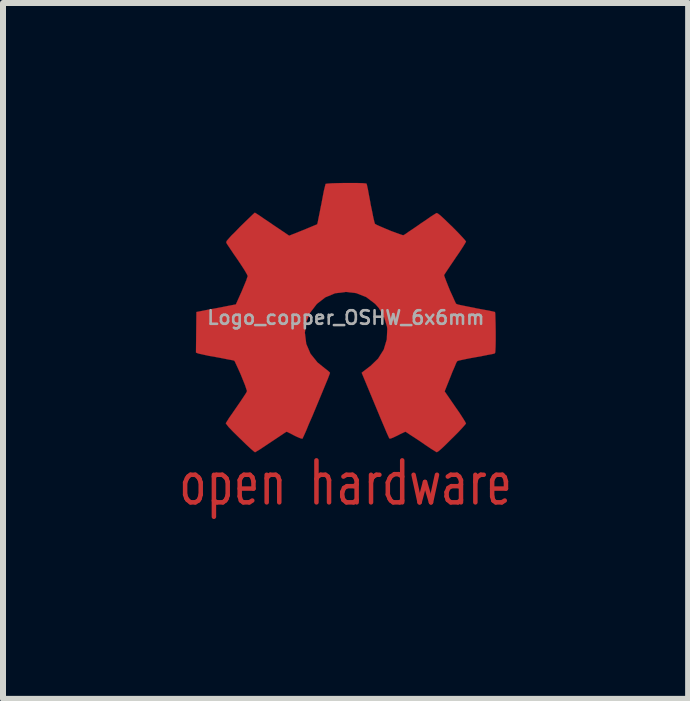
<source format=kicad_pcb>
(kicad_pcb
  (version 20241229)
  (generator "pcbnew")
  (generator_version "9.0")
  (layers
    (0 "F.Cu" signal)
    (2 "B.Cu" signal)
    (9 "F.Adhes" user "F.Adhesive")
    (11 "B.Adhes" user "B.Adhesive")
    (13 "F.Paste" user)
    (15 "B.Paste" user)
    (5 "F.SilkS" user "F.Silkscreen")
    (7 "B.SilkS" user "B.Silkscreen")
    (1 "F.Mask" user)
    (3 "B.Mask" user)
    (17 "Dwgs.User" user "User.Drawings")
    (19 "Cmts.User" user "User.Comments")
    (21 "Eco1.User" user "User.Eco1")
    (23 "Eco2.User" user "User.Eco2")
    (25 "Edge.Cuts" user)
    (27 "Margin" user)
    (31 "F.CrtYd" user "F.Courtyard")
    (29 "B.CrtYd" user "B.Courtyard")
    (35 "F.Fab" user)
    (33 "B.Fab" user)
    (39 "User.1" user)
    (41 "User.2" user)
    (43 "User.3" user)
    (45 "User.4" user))
  (footprint "Logo_copper_OSHW_6x6mm"
    (layer "F.Cu")
    (at 2.717 2.247)
    (property "Reference" "Logo_copper_OSHW_6x6mm" (at 0 0 0) (layer "F.Fab") (effects (font (size 0.226 0.226) (thickness 0.043))))
    (attr through_hole)
    (fp_line (start -2.68 2.75) (end -2.68 2.95) (stroke (width 0.075) (type solid)) (layer "F.Cu"))
    (fp_line (start -2.68 2.95) (end -2.66 3.01) (stroke (width 0.075) (type solid)) (layer "F.Cu"))
    (fp_line (start -2.66 3.01) (end -2.64 3.04) (stroke (width 0.075) (type solid)) (layer "F.Cu"))
    (fp_line (start -2.65 2.68) (end -2.68 2.75) (stroke (width 0.075) (type solid)) (layer "F.Cu"))
    (fp_line (start -2.64 3.04) (end -2.59 3.08) (stroke (width 0.075) (type solid)) (layer "F.Cu"))
    (fp_line (start -2.63 2.65) (end -2.65 2.68) (stroke (width 0.075) (type solid)) (layer "F.Cu"))
    (fp_line (start -2.59 2.62) (end -2.63 2.65) (stroke (width 0.075) (type solid)) (layer "F.Cu"))
    (fp_line (start -2.59 3.08) (end -2.51 3.08) (stroke (width 0.075) (type solid)) (layer "F.Cu"))
    (fp_line (start -2.51 2.62) (end -2.59 2.62) (stroke (width 0.075) (type solid)) (layer "F.Cu"))
    (fp_line (start -2.51 3.08) (end -2.46 3.05) (stroke (width 0.075) (type solid)) (layer "F.Cu"))
    (fp_line (start -2.46 2.66) (end -2.51 2.62) (stroke (width 0.075) (type solid)) (layer "F.Cu"))
    (fp_line (start -2.46 3.05) (end -2.44 3.02) (stroke (width 0.075) (type solid)) (layer "F.Cu"))
    (fp_line (start -2.44 2.69) (end -2.46 2.66) (stroke (width 0.075) (type solid)) (layer "F.Cu"))
    (fp_line (start -2.44 3.02) (end -2.42 2.95) (stroke (width 0.075) (type solid)) (layer "F.Cu"))
    (fp_line (start -2.42 2.75) (end -2.44 2.69) (stroke (width 0.075) (type solid)) (layer "F.Cu"))
    (fp_line (start -2.42 2.95) (end -2.42 2.75) (stroke (width 0.075) (type solid)) (layer "F.Cu"))
    (fp_line (start -2.2 2.65) (end -2.16 2.62) (stroke (width 0.075) (type solid)) (layer "F.Cu"))
    (fp_line (start -2.2 3.32) (end -2.2 2.62) (stroke (width 0.075) (type solid)) (layer "F.Cu"))
    (fp_line (start -2.16 2.62) (end -2.06 2.62) (stroke (width 0.075) (type solid)) (layer "F.Cu"))
    (fp_line (start -2.15 3.08) (end -2.2 3.05) (stroke (width 0.075) (type solid)) (layer "F.Cu"))
    (fp_line (start -2.06 2.62) (end -2.02 2.65) (stroke (width 0.075) (type solid)) (layer "F.Cu"))
    (fp_line (start -2.05 3.08) (end -2.15 3.08) (stroke (width 0.075) (type solid)) (layer "F.Cu"))
    (fp_line (start -2.02 2.65) (end -1.99 2.68) (stroke (width 0.075) (type solid)) (layer "F.Cu"))
    (fp_line (start -2.01 3.05) (end -2.05 3.08) (stroke (width 0.075) (type solid)) (layer "F.Cu"))
    (fp_line (start -1.99 2.68) (end -1.97 2.74) (stroke (width 0.075) (type solid)) (layer "F.Cu"))
    (fp_line (start -1.99 3.02) (end -2.01 3.05) (stroke (width 0.075) (type solid)) (layer "F.Cu"))
    (fp_line (start -1.97 2.74) (end -1.97 2.96) (stroke (width 0.075) (type solid)) (layer "F.Cu"))
    (fp_line (start -1.97 2.96) (end -1.99 3.02) (stroke (width 0.075) (type solid)) (layer "F.Cu"))
    (fp_line (start -1.77 2.71) (end -1.77 2.98) (stroke (width 0.075) (type solid)) (layer "F.Cu"))
    (fp_line (start -1.77 2.98) (end -1.75 3.05) (stroke (width 0.075) (type solid)) (layer "F.Cu"))
    (fp_line (start -1.75 3.05) (end -1.71 3.08) (stroke (width 0.075) (type solid)) (layer "F.Cu"))
    (fp_line (start -1.74 2.65) (end -1.77 2.71) (stroke (width 0.075) (type solid)) (layer "F.Cu"))
    (fp_line (start -1.71 3.08) (end -1.61 3.08) (stroke (width 0.075) (type solid)) (layer "F.Cu"))
    (fp_line (start -1.7 2.62) (end -1.74 2.65) (stroke (width 0.075) (type solid)) (layer "F.Cu"))
    (fp_line (start -1.61 3.08) (end -1.56 3.05) (stroke (width 0.075) (type solid)) (layer "F.Cu"))
    (fp_line (start -1.6 2.62) (end -1.7 2.62) (stroke (width 0.075) (type solid)) (layer "F.Cu"))
    (fp_line (start -1.56 2.66) (end -1.6 2.62) (stroke (width 0.075) (type solid)) (layer "F.Cu"))
    (fp_line (start -1.54 2.73) (end -1.56 2.66) (stroke (width 0.075) (type solid)) (layer "F.Cu"))
    (fp_line (start -1.54 2.85) (end -1.77 2.85) (stroke (width 0.075) (type solid)) (layer "F.Cu"))
    (fp_line (start -1.54 2.85) (end -1.54 2.73) (stroke (width 0.075) (type solid)) (layer "F.Cu"))
    (fp_line (start -1.32 2.62) (end -1.32 3.08) (stroke (width 0.075) (type solid)) (layer "F.Cu"))
    (fp_line (start -1.32 2.68) (end -1.3 2.65) (stroke (width 0.075) (type solid)) (layer "F.Cu"))
    (fp_line (start -1.3 2.65) (end -1.26 2.62) (stroke (width 0.075) (type solid)) (layer "F.Cu"))
    (fp_line (start -1.26 2.62) (end -1.17 2.62) (stroke (width 0.075) (type solid)) (layer "F.Cu"))
    (fp_line (start -1.17 2.62) (end -1.13 2.65) (stroke (width 0.075) (type solid)) (layer "F.Cu"))
    (fp_line (start -1.13 2.65) (end -1.11 2.71) (stroke (width 0.075) (type solid)) (layer "F.Cu"))
    (fp_line (start -1.11 2.71) (end -1.11 3.08) (stroke (width 0.075) (type solid)) (layer "F.Cu"))
    (fp_line (start -0.49 2.38) (end -0.49 3.08) (stroke (width 0.075) (type solid)) (layer "F.Cu"))
    (fp_line (start -0.49 2.69) (end -0.47 2.65) (stroke (width 0.075) (type solid)) (layer "F.Cu"))
    (fp_line (start -0.47 2.65) (end -0.42 2.62) (stroke (width 0.075) (type solid)) (layer "F.Cu"))
    (fp_line (start -0.42 2.62) (end -0.34 2.62) (stroke (width 0.075) (type solid)) (layer "F.Cu"))
    (fp_line (start -0.34 2.62) (end -0.3 2.65) (stroke (width 0.075) (type solid)) (layer "F.Cu"))
    (fp_line (start -0.3 2.65) (end -0.28 2.71) (stroke (width 0.075) (type solid)) (layer "F.Cu"))
    (fp_line (start -0.28 2.71) (end -0.28 3.08) (stroke (width 0.075) (type solid)) (layer "F.Cu"))
    (fp_line (start -0.06 2.91) (end -0.06 2.98) (stroke (width 0.075) (type solid)) (layer "F.Cu"))
    (fp_line (start -0.06 2.98) (end -0.04 3.04) (stroke (width 0.075) (type solid)) (layer "F.Cu"))
    (fp_line (start -0.04 2.65) (end 0.01 2.62) (stroke (width 0.075) (type solid)) (layer "F.Cu"))
    (fp_line (start -0.04 3.04) (end 0.01 3.08) (stroke (width 0.075) (type solid)) (layer "F.Cu"))
    (fp_line (start -0.03 2.84) (end -0.06 2.91) (stroke (width 0.075) (type solid)) (layer "F.Cu"))
    (fp_line (start 0.01 2.62) (end 0.11 2.62) (stroke (width 0.075) (type solid)) (layer "F.Cu"))
    (fp_line (start 0.01 3.08) (end 0.13 3.08) (stroke (width 0.075) (type solid)) (layer "F.Cu"))
    (fp_line (start 0.02 2.81) (end -0.03 2.84) (stroke (width 0.075) (type solid)) (layer "F.Cu"))
    (fp_line (start 0.11 2.62) (end 0.15 2.65) (stroke (width 0.075) (type solid)) (layer "F.Cu"))
    (fp_line (start 0.13 3.08) (end 0.18 3.04) (stroke (width 0.075) (type solid)) (layer "F.Cu"))
    (fp_line (start 0.14 2.81) (end 0.02 2.81) (stroke (width 0.075) (type solid)) (layer "F.Cu"))
    (fp_line (start 0.15 2.65) (end 0.18 2.71) (stroke (width 0.075) (type solid)) (layer "F.Cu"))
    (fp_line (start 0.18 2.71) (end 0.18 3.08) (stroke (width 0.075) (type solid)) (layer "F.Cu"))
    (fp_line (start 0.18 2.78) (end 0.14 2.81) (stroke (width 0.075) (type solid)) (layer "F.Cu"))
    (fp_line (start 0.42 2.62) (end 0.42 3.08) (stroke (width 0.075) (type solid)) (layer "F.Cu"))
    (fp_line (start 0.42 2.74) (end 0.44 2.67) (stroke (width 0.075) (type solid)) (layer "F.Cu"))
    (fp_line (start 0.44 2.67) (end 0.46 2.65) (stroke (width 0.075) (type solid)) (layer "F.Cu"))
    (fp_line (start 0.46 2.65) (end 0.51 2.62) (stroke (width 0.075) (type solid)) (layer "F.Cu"))
    (fp_line (start 0.51 2.62) (end 0.56 2.62) (stroke (width 0.075) (type solid)) (layer "F.Cu"))
    (fp_line (start 0.7 2.75) (end 0.73 2.68) (stroke (width 0.075) (type solid)) (layer "F.Cu"))
    (fp_line (start 0.7 2.95) (end 0.7 2.75) (stroke (width 0.075) (type solid)) (layer "F.Cu"))
    (fp_line (start 0.73 2.68) (end 0.75 2.65) (stroke (width 0.075) (type solid)) (layer "F.Cu"))
    (fp_line (start 0.73 3.02) (end 0.7 2.95) (stroke (width 0.075) (type solid)) (layer "F.Cu"))
    (fp_line (start 0.75 2.65) (end 0.81 2.61) (stroke (width 0.075) (type solid)) (layer "F.Cu"))
    (fp_line (start 0.75 3.05) (end 0.73 3.02) (stroke (width 0.075) (type solid)) (layer "F.Cu"))
    (fp_line (start 0.79 3.08) (end 0.75 3.05) (stroke (width 0.075) (type solid)) (layer "F.Cu"))
    (fp_line (start 0.81 2.61) (end 0.88 2.61) (stroke (width 0.075) (type solid)) (layer "F.Cu"))
    (fp_line (start 0.88 2.61) (end 0.94 2.65) (stroke (width 0.075) (type solid)) (layer "F.Cu"))
    (fp_line (start 0.9 3.08) (end 0.79 3.08) (stroke (width 0.075) (type solid)) (layer "F.Cu"))
    (fp_line (start 0.94 2.38) (end 0.94 3.08) (stroke (width 0.075) (type solid)) (layer "F.Cu"))
    (fp_line (start 0.94 3.05) (end 0.9 3.08) (stroke (width 0.075) (type solid)) (layer "F.Cu"))
    (fp_line (start 1.13 2.62) (end 1.23 3.08) (stroke (width 0.075) (type solid)) (layer "F.Cu"))
    (fp_line (start 1.23 3.08) (end 1.32 2.74) (stroke (width 0.075) (type solid)) (layer "F.Cu"))
    (fp_line (start 1.32 2.74) (end 1.42 3.08) (stroke (width 0.075) (type solid)) (layer "F.Cu"))
    (fp_line (start 1.42 3.08) (end 1.52 2.62) (stroke (width 0.075) (type solid)) (layer "F.Cu"))
    (fp_line (start 1.68 2.91) (end 1.68 2.98) (stroke (width 0.075) (type solid)) (layer "F.Cu"))
    (fp_line (start 1.68 2.98) (end 1.7 3.04) (stroke (width 0.075) (type solid)) (layer "F.Cu"))
    (fp_line (start 1.7 2.65) (end 1.75 2.62) (stroke (width 0.075) (type solid)) (layer "F.Cu"))
    (fp_line (start 1.7 3.04) (end 1.75 3.08) (stroke (width 0.075) (type solid)) (layer "F.Cu"))
    (fp_line (start 1.71 2.84) (end 1.68 2.91) (stroke (width 0.075) (type solid)) (layer "F.Cu"))
    (fp_line (start 1.75 2.62) (end 1.85 2.62) (stroke (width 0.075) (type solid)) (layer "F.Cu"))
    (fp_line (start 1.75 3.08) (end 1.87 3.08) (stroke (width 0.075) (type solid)) (layer "F.Cu"))
    (fp_line (start 1.76 2.81) (end 1.71 2.84) (stroke (width 0.075) (type solid)) (layer "F.Cu"))
    (fp_line (start 1.85 2.62) (end 1.89 2.65) (stroke (width 0.075) (type solid)) (layer "F.Cu"))
    (fp_line (start 1.87 3.08) (end 1.92 3.04) (stroke (width 0.075) (type solid)) (layer "F.Cu"))
    (fp_line (start 1.88 2.81) (end 1.76 2.81) (stroke (width 0.075) (type solid)) (layer "F.Cu"))
    (fp_line (start 1.89 2.65) (end 1.92 2.71) (stroke (width 0.075) (type solid)) (layer "F.Cu"))
    (fp_line (start 1.92 2.71) (end 1.92 3.08) (stroke (width 0.075) (type solid)) (layer "F.Cu"))
    (fp_line (start 1.92 2.78) (end 1.88 2.81) (stroke (width 0.075) (type solid)) (layer "F.Cu"))
    (fp_line (start 2.16 2.62) (end 2.16 3.08) (stroke (width 0.075) (type solid)) (layer "F.Cu"))
    (fp_line (start 2.16 2.74) (end 2.18 2.67) (stroke (width 0.075) (type solid)) (layer "F.Cu"))
    (fp_line (start 2.18 2.67) (end 2.2 2.65) (stroke (width 0.075) (type solid)) (layer "F.Cu"))
    (fp_line (start 2.2 2.65) (end 2.25 2.62) (stroke (width 0.075) (type solid)) (layer "F.Cu"))
    (fp_line (start 2.25 2.62) (end 2.3 2.62) (stroke (width 0.075) (type solid)) (layer "F.Cu"))
    (fp_line (start 2.44 2.71) (end 2.44 2.98) (stroke (width 0.075) (type solid)) (layer "F.Cu"))
    (fp_line (start 2.44 2.98) (end 2.46 3.05) (stroke (width 0.075) (type solid)) (layer "F.Cu"))
    (fp_line (start 2.46 3.05) (end 2.5 3.08) (stroke (width 0.075) (type solid)) (layer "F.Cu"))
    (fp_line (start 2.47 2.65) (end 2.44 2.71) (stroke (width 0.075) (type solid)) (layer "F.Cu"))
    (fp_line (start 2.5 3.08) (end 2.6 3.08) (stroke (width 0.075) (type solid)) (layer "F.Cu"))
    (fp_line (start 2.51 2.62) (end 2.47 2.65) (stroke (width 0.075) (type solid)) (layer "F.Cu"))
    (fp_line (start 2.6 3.08) (end 2.65 3.05) (stroke (width 0.075) (type solid)) (layer "F.Cu"))
    (fp_line (start 2.61 2.62) (end 2.51 2.62) (stroke (width 0.075) (type solid)) (layer "F.Cu"))
    (fp_line (start 2.65 2.66) (end 2.61 2.62) (stroke (width 0.075) (type solid)) (layer "F.Cu"))
    (fp_line (start 2.67 2.73) (end 2.65 2.66) (stroke (width 0.075) (type solid)) (layer "F.Cu"))
    (fp_line (start 2.67 2.85) (end 2.44 2.85) (stroke (width 0.075) (type solid)) (layer "F.Cu"))
    (fp_line (start 2.67 2.85) (end 2.67 2.73) (stroke (width 0.075) (type solid)) (layer "F.Cu"))
    (fp_poly (pts (xy -1.514 2.245) (xy -1.488 2.23) (xy -1.43 2.195) (xy -1.346 2.139) (xy -1.247 2.073) (xy -1.148 2.007) (xy -1.067 1.953) (xy -1.011 1.915) (xy -0.986 1.902) (xy -0.973 1.908) (xy -0.927 1.93) (xy -0.859 1.966) (xy -0.818 1.986) (xy -0.757 2.012) (xy -0.724 2.019) (xy -0.719 2.009) (xy -0.696 1.961) (xy -0.66 1.88) (xy -0.615 1.77) (xy -0.559 1.643) (xy -0.503 1.509) (xy -0.445 1.369) (xy -0.389 1.234) (xy -0.34 1.115) (xy -0.3 1.019) (xy -0.274 0.95) (xy -0.264 0.922) (xy -0.267 0.914) (xy -0.3 0.884) (xy -0.353 0.843) (xy -0.472 0.747) (xy -0.589 0.602) (xy -0.66 0.437) (xy -0.683 0.251) (xy -0.663 0.081) (xy -0.597 -0.081) (xy -0.483 -0.229) (xy -0.343 -0.338) (xy -0.18 -0.406) (xy 0 -0.429) (xy 0.173 -0.409) (xy 0.34 -0.343) (xy 0.488 -0.231) (xy 0.551 -0.16) (xy 0.638 -0.01) (xy 0.686 0.147) (xy 0.691 0.188) (xy 0.683 0.363) (xy 0.632 0.533) (xy 0.538 0.683) (xy 0.409 0.808) (xy 0.394 0.818) (xy 0.335 0.864) (xy 0.295 0.894) (xy 0.264 0.919) (xy 0.488 1.458) (xy 0.523 1.542) (xy 0.584 1.689) (xy 0.638 1.816) (xy 0.681 1.918) (xy 0.711 1.984) (xy 0.724 2.012) (xy 0.724 2.014) (xy 0.744 2.017) (xy 0.785 2.002) (xy 0.861 1.966) (xy 0.909 1.941) (xy 0.968 1.913) (xy 0.993 1.902) (xy 1.016 1.915) (xy 1.069 1.951) (xy 1.151 2.004) (xy 1.247 2.068) (xy 1.339 2.131) (xy 1.422 2.187) (xy 1.483 2.225) (xy 1.514 2.243) (xy 1.519 2.243) (xy 1.544 2.228) (xy 1.593 2.187) (xy 1.666 2.118) (xy 1.77 2.014) (xy 1.786 1.999) (xy 1.872 1.913) (xy 1.941 1.839) (xy 1.986 1.788) (xy 2.004 1.765) (xy 1.989 1.735) (xy 1.951 1.674) (xy 1.895 1.587) (xy 1.826 1.488) (xy 1.648 1.229) (xy 1.745 0.986) (xy 1.775 0.909) (xy 1.814 0.82) (xy 1.841 0.754) (xy 1.857 0.726) (xy 1.882 0.716) (xy 1.951 0.701) (xy 2.047 0.681) (xy 2.162 0.66) (xy 2.273 0.64) (xy 2.372 0.62) (xy 2.443 0.607) (xy 2.477 0.599) (xy 2.484 0.594) (xy 2.492 0.579) (xy 2.494 0.546) (xy 2.497 0.485) (xy 2.499 0.391) (xy 2.499 0.251) (xy 2.499 0.236) (xy 2.497 0.107) (xy 2.494 0) (xy 2.492 -0.066) (xy 2.487 -0.094) (xy 2.456 -0.102) (xy 2.385 -0.117) (xy 2.286 -0.135) (xy 2.167 -0.157) (xy 2.159 -0.16) (xy 2.042 -0.183) (xy 1.943 -0.203) (xy 1.872 -0.218) (xy 1.844 -0.229) (xy 1.836 -0.236) (xy 1.814 -0.282) (xy 1.781 -0.356) (xy 1.74 -0.445) (xy 1.702 -0.538) (xy 1.669 -0.622) (xy 1.646 -0.683) (xy 1.638 -0.711) (xy 1.641 -0.714) (xy 1.659 -0.742) (xy 1.699 -0.803) (xy 1.755 -0.886) (xy 1.824 -0.988) (xy 1.829 -0.996) (xy 1.897 -1.095) (xy 1.953 -1.181) (xy 1.989 -1.24) (xy 2.004 -1.267) (xy 2.004 -1.27) (xy 1.981 -1.3) (xy 1.93 -1.356) (xy 1.857 -1.433) (xy 1.77 -1.521) (xy 1.742 -1.547) (xy 1.643 -1.643) (xy 1.577 -1.704) (xy 1.534 -1.737) (xy 1.514 -1.745) (xy 1.483 -1.727) (xy 1.42 -1.687) (xy 1.336 -1.628) (xy 1.234 -1.56) (xy 1.227 -1.554) (xy 1.128 -1.486) (xy 1.044 -1.43) (xy 0.986 -1.389) (xy 0.958 -1.374) (xy 0.955 -1.374) (xy 0.914 -1.387) (xy 0.843 -1.412) (xy 0.754 -1.445) (xy 0.663 -1.483) (xy 0.579 -1.519) (xy 0.516 -1.547) (xy 0.485 -1.565) (xy 0.475 -1.6) (xy 0.457 -1.676) (xy 0.437 -1.778) (xy 0.411 -1.9) (xy 0.409 -1.92) (xy 0.386 -2.04) (xy 0.368 -2.139) (xy 0.353 -2.207) (xy 0.345 -2.235) (xy 0.33 -2.238) (xy 0.272 -2.243) (xy 0.183 -2.245) (xy 0.074 -2.245) (xy -0.038 -2.245) (xy -0.147 -2.243) (xy -0.241 -2.24) (xy -0.31 -2.235) (xy -0.338 -2.23) (xy -0.338 -2.228) (xy -0.348 -2.189) (xy -0.366 -2.116) (xy -0.386 -2.012) (xy -0.409 -1.89) (xy -0.414 -1.867) (xy -0.437 -1.75) (xy -0.457 -1.651) (xy -0.47 -1.585) (xy -0.478 -1.557) (xy -0.49 -1.552) (xy -0.538 -1.532) (xy -0.617 -1.499) (xy -0.716 -1.458) (xy -0.945 -1.367) (xy -1.227 -1.557) (xy -1.252 -1.575) (xy -1.354 -1.643) (xy -1.435 -1.699) (xy -1.494 -1.737) (xy -1.516 -1.75) (xy -1.519 -1.75) (xy -1.547 -1.725) (xy -1.603 -1.671) (xy -1.679 -1.598) (xy -1.768 -1.511) (xy -1.831 -1.445) (xy -1.91 -1.367) (xy -1.958 -1.313) (xy -1.986 -1.28) (xy -1.994 -1.26) (xy -1.991 -1.245) (xy -1.974 -1.217) (xy -1.933 -1.156) (xy -1.875 -1.069) (xy -1.806 -0.97) (xy -1.75 -0.886) (xy -1.689 -0.792) (xy -1.651 -0.726) (xy -1.636 -0.693) (xy -1.641 -0.681) (xy -1.659 -0.625) (xy -1.694 -0.541) (xy -1.735 -0.442) (xy -1.834 -0.221) (xy -1.979 -0.193) (xy -2.068 -0.175) (xy -2.189 -0.152) (xy -2.309 -0.13) (xy -2.492 -0.094) (xy -2.499 0.582) (xy -2.471 0.594) (xy -2.443 0.602) (xy -2.375 0.617) (xy -2.278 0.638) (xy -2.162 0.658) (xy -2.065 0.676) (xy -1.966 0.696) (xy -1.895 0.709) (xy -1.864 0.716) (xy -1.854 0.726) (xy -1.831 0.775) (xy -1.796 0.851) (xy -1.755 0.942) (xy -1.717 1.036) (xy -1.681 1.125) (xy -1.659 1.191) (xy -1.648 1.224) (xy -1.661 1.252) (xy -1.699 1.311) (xy -1.753 1.392) (xy -1.821 1.491) (xy -1.887 1.587) (xy -1.946 1.671) (xy -1.984 1.732) (xy -2.002 1.76) (xy -1.991 1.778) (xy -1.953 1.826) (xy -1.88 1.902) (xy -1.768 2.012) (xy -1.75 2.029) (xy -1.664 2.113) (xy -1.59 2.182) (xy -1.537 2.228) (xy -1.514 2.245)) (stroke (width 0.003) (type solid)) (fill yes) (layer "F.Cu")))
  (gr_rect
    (start -3 -3)
    (end 8.425 8.604)
    (stroke (width 0.1) (type default))
    (fill no)
    (layer "Edge.Cuts")))
</source>
